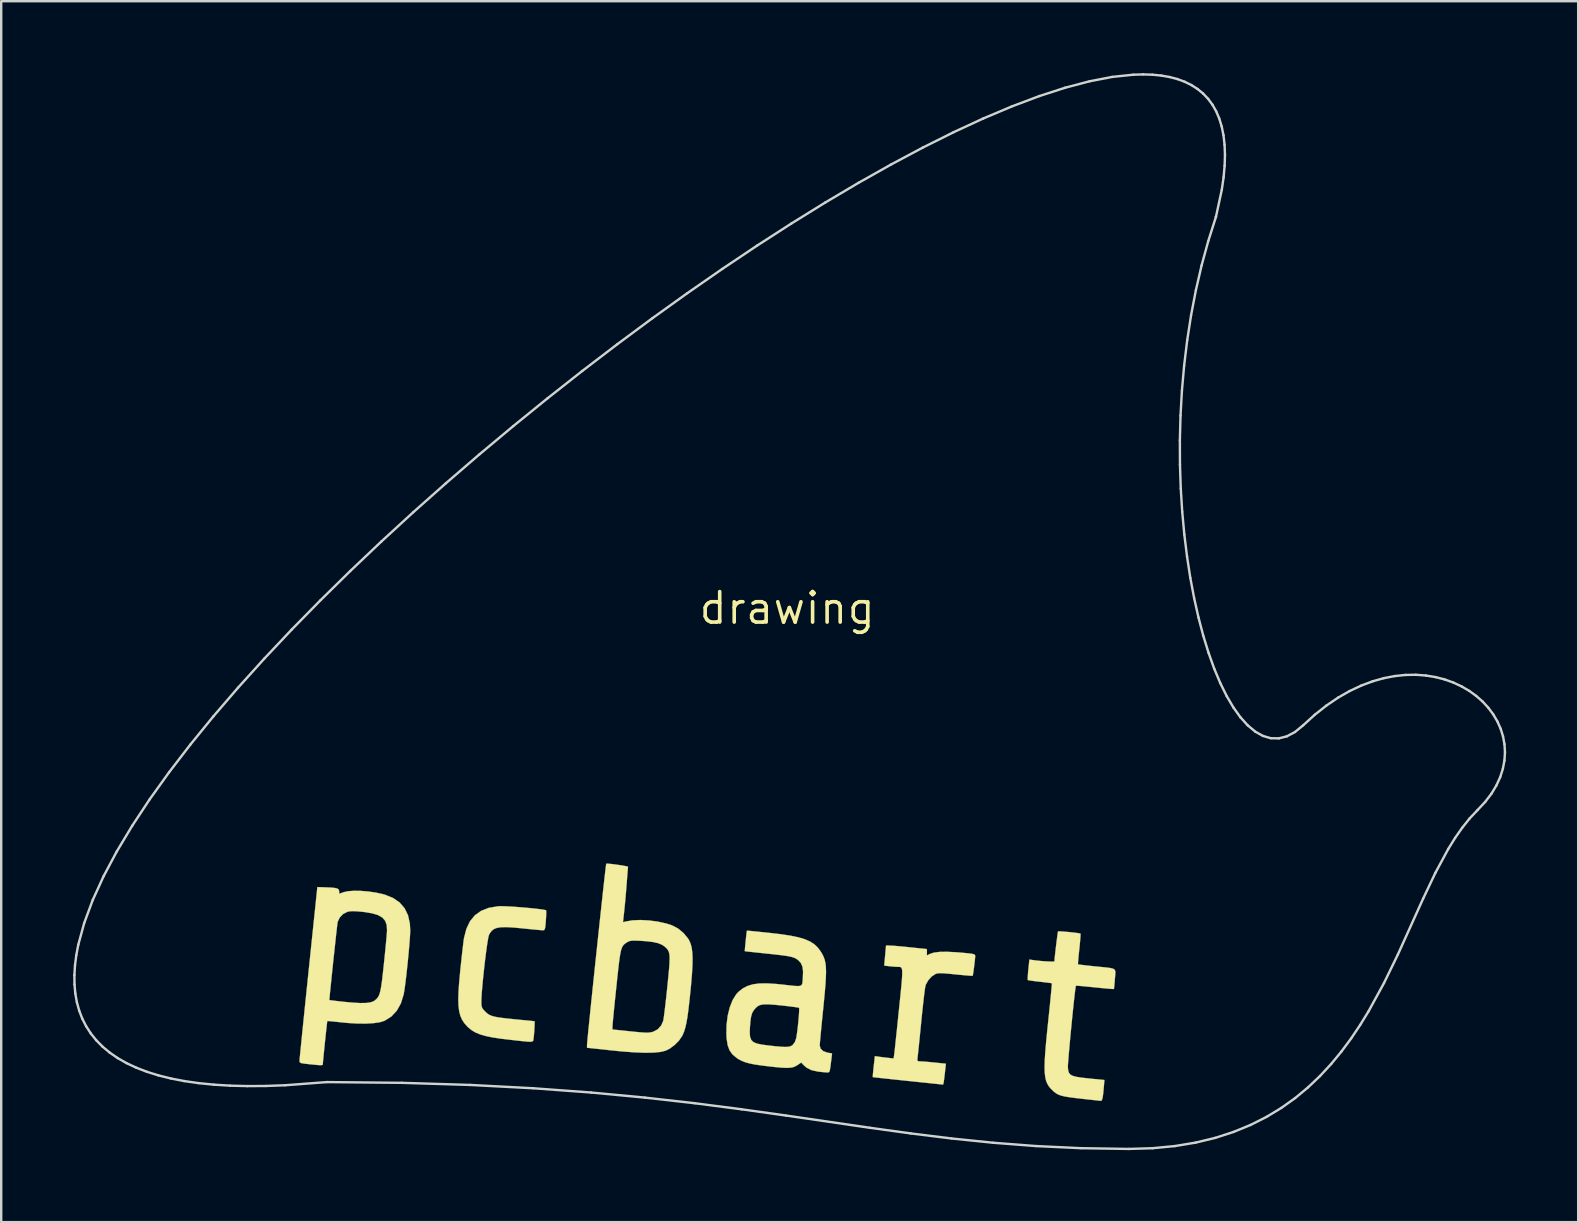
<source format=kicad_pcb>
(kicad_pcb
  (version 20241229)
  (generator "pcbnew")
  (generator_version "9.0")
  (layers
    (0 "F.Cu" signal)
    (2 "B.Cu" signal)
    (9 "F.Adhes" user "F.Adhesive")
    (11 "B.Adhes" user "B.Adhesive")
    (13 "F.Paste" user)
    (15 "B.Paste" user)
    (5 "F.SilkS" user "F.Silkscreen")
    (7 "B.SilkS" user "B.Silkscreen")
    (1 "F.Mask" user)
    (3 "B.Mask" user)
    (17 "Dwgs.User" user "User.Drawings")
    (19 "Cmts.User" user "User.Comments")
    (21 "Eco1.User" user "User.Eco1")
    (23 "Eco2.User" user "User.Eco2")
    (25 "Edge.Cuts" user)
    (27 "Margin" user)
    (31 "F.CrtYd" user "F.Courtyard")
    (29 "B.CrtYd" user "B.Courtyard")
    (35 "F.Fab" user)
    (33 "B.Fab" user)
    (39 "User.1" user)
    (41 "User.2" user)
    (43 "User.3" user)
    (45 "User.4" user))
  (footprint "drawing"
    (layer "F.Cu")
    (at 29.747 22.288)
    (property "Reference" "drawing" (at 0 0 0) (layer "F.SilkS") (effects (font (size 1.27 1.27) (thickness 0.15))))
    (attr through_hole)
    (fp_poly (pts (xy -11.704 12.422) (xy -11.485 12.434) (xy -11.241 12.451) (xy -10.986 12.472) (xy -10.734 12.494) (xy -10.501 12.518) (xy -10.301 12.541) (xy -10.15 12.563) (xy -10.061 12.582) (xy -10.045 12.589) (xy -10.039 12.638) (xy -10.04 12.751) (xy -10.048 12.909) (xy -10.055 13.015) (xy -10.07 13.202) (xy -10.086 13.321) (xy -10.106 13.386) (xy -10.135 13.414) (xy -10.176 13.42) (xy -10.246 13.415) (xy -10.384 13.404) (xy -10.577 13.386) (xy -10.809 13.363) (xy -11.053 13.338) (xy -11.411 13.305) (xy -11.696 13.289) (xy -11.918 13.293) (xy -12.088 13.319) (xy -12.217 13.368) (xy -12.313 13.444) (xy -12.389 13.547) (xy -12.425 13.616) (xy -12.447 13.696) (xy -12.475 13.848) (xy -12.508 14.058) (xy -12.543 14.313) (xy -12.58 14.6) (xy -12.616 14.906) (xy -12.65 15.218) (xy -12.681 15.522) (xy -12.707 15.807) (xy -12.727 16.057) (xy -12.739 16.262) (xy -12.742 16.377) (xy -12.739 16.529) (xy -12.72 16.628) (xy -12.675 16.708) (xy -12.59 16.8) (xy -12.582 16.807) (xy -12.507 16.877) (xy -12.428 16.933) (xy -12.335 16.977) (xy -12.215 17.014) (xy -12.056 17.045) (xy -11.846 17.075) (xy -11.574 17.106) (xy -11.303 17.133) (xy -10.52 17.211) (xy -10.529 17.464) (xy -10.539 17.64) (xy -10.554 17.814) (xy -10.564 17.896) (xy -10.571 17.96) (xy -10.578 18.007) (xy -10.597 18.039) (xy -10.639 18.058) (xy -10.713 18.064) (xy -10.83 18.059) (xy -11.002 18.042) (xy -11.239 18.017) (xy -11.493 17.988) (xy -11.917 17.938) (xy -12.266 17.886) (xy -12.552 17.828) (xy -12.785 17.762) (xy -12.976 17.684) (xy -13.136 17.591) (xy -13.276 17.479) (xy -13.343 17.413) (xy -13.458 17.281) (xy -13.549 17.14) (xy -13.618 16.981) (xy -13.666 16.796) (xy -13.694 16.575) (xy -13.703 16.309) (xy -13.694 15.989) (xy -13.668 15.606) (xy -13.626 15.151) (xy -13.614 15.028) (xy -13.581 14.722) (xy -13.55 14.433) (xy -13.52 14.174) (xy -13.495 13.96) (xy -13.475 13.806) (xy -13.464 13.737) (xy -13.365 13.357) (xy -13.215 13.043) (xy -13.011 12.795) (xy -12.751 12.61) (xy -12.434 12.486) (xy -12.057 12.422) (xy -12.003 12.418) (xy -11.881 12.417) (xy -11.704 12.422)) (stroke (width 0.01) (type solid)) (fill yes) (layer "F.SilkS"))
    (fp_poly (pts (xy 4.292 14.058) (xy 4.395 14.063) (xy 4.562 14.076) (xy 4.774 14.096) (xy 5.013 14.119) (xy 5.144 14.133) (xy 5.821 14.205) (xy 5.821 14.469) (xy 5.946 14.405) (xy 6.109 14.351) (xy 6.345 14.321) (xy 6.656 14.316) (xy 7.045 14.336) (xy 7.224 14.35) (xy 7.462 14.372) (xy 7.628 14.39) (xy 7.735 14.408) (xy 7.796 14.427) (xy 7.824 14.452) (xy 7.832 14.486) (xy 7.832 14.495) (xy 7.827 14.581) (xy 7.814 14.715) (xy 7.795 14.874) (xy 7.774 15.037) (xy 7.754 15.18) (xy 7.737 15.28) (xy 7.727 15.316) (xy 7.683 15.317) (xy 7.568 15.309) (xy 7.397 15.295) (xy 7.185 15.275) (xy 7.014 15.258) (xy 6.742 15.231) (xy 6.541 15.214) (xy 6.396 15.208) (xy 6.293 15.212) (xy 6.219 15.226) (xy 6.184 15.239) (xy 6.026 15.34) (xy 5.883 15.496) (xy 5.781 15.674) (xy 5.76 15.737) (xy 5.745 15.818) (xy 5.723 15.972) (xy 5.697 16.186) (xy 5.667 16.45) (xy 5.634 16.75) (xy 5.6 17.076) (xy 5.587 17.209) (xy 5.554 17.542) (xy 5.523 17.856) (xy 5.494 18.138) (xy 5.469 18.377) (xy 5.45 18.561) (xy 5.437 18.677) (xy 5.434 18.701) (xy 5.422 18.813) (xy 5.435 18.865) (xy 5.486 18.88) (xy 5.528 18.881) (xy 5.617 18.885) (xy 5.769 18.896) (xy 5.959 18.913) (xy 6.129 18.93) (xy 6.612 18.979) (xy 6.586 19.215) (xy 6.558 19.465) (xy 6.536 19.641) (xy 6.519 19.756) (xy 6.505 19.821) (xy 6.491 19.847) (xy 6.484 19.849) (xy 6.436 19.843) (xy 6.315 19.83) (xy 6.129 19.811) (xy 5.888 19.785) (xy 5.603 19.756) (xy 5.283 19.722) (xy 5.016 19.695) (xy 4.677 19.659) (xy 4.366 19.626) (xy 4.092 19.597) (xy 3.865 19.573) (xy 3.696 19.554) (xy 3.593 19.541) (xy 3.566 19.537) (xy 3.566 19.494) (xy 3.574 19.385) (xy 3.59 19.229) (xy 3.604 19.096) (xy 3.653 18.664) (xy 3.806 18.686) (xy 3.938 18.704) (xy 4.105 18.725) (xy 4.196 18.735) (xy 4.434 18.762) (xy 4.46 18.578) (xy 4.47 18.496) (xy 4.488 18.34) (xy 4.511 18.12) (xy 4.54 17.846) (xy 4.574 17.529) (xy 4.61 17.18) (xy 4.648 16.807) (xy 4.659 16.705) (xy 4.703 16.274) (xy 4.739 15.919) (xy 4.766 15.634) (xy 4.784 15.411) (xy 4.792 15.242) (xy 4.792 15.119) (xy 4.781 15.036) (xy 4.76 14.984) (xy 4.729 14.957) (xy 4.687 14.946) (xy 4.634 14.944) (xy 4.593 14.944) (xy 4.473 14.938) (xy 4.319 14.925) (xy 4.254 14.917) (xy 4.043 14.892) (xy 4.08 14.473) (xy 4.118 14.055) (xy 4.292 14.058)) (stroke (width 0.01) (type solid)) (fill yes) (layer "F.SilkS"))
    (fp_poly (pts (xy 11.44 13.469) (xy 11.591 13.481) (xy 11.762 13.496) (xy 11.931 13.515) (xy 12.079 13.533) (xy 12.182 13.549) (xy 12.219 13.56) (xy 12.222 13.606) (xy 12.215 13.722) (xy 12.201 13.891) (xy 12.181 14.099) (xy 12.17 14.202) (xy 12.147 14.422) (xy 12.129 14.609) (xy 12.118 14.75) (xy 12.115 14.828) (xy 12.116 14.839) (xy 12.161 14.848) (xy 12.275 14.863) (xy 12.445 14.883) (xy 12.656 14.906) (xy 12.807 14.922) (xy 13.101 14.951) (xy 13.322 14.973) (xy 13.479 14.995) (xy 13.583 15.023) (xy 13.643 15.063) (xy 13.67 15.122) (xy 13.674 15.205) (xy 13.664 15.319) (xy 13.653 15.443) (xy 13.639 15.62) (xy 13.625 15.761) (xy 13.615 15.849) (xy 13.61 15.867) (xy 13.566 15.867) (xy 13.451 15.859) (xy 13.279 15.844) (xy 13.063 15.824) (xy 12.821 15.799) (xy 12.574 15.774) (xy 12.358 15.753) (xy 12.186 15.738) (xy 12.072 15.73) (xy 12.028 15.731) (xy 12.018 15.777) (xy 12.001 15.897) (xy 11.979 16.079) (xy 11.952 16.312) (xy 11.923 16.586) (xy 11.891 16.889) (xy 11.859 17.211) (xy 11.827 17.54) (xy 11.795 17.866) (xy 11.767 18.178) (xy 11.741 18.464) (xy 11.72 18.713) (xy 11.704 18.915) (xy 11.695 19.059) (xy 11.694 19.13) (xy 11.706 19.258) (xy 11.736 19.356) (xy 11.794 19.429) (xy 11.892 19.483) (xy 12.04 19.524) (xy 12.249 19.558) (xy 12.53 19.59) (xy 12.576 19.595) (xy 13.216 19.659) (xy 13.189 19.979) (xy 13.167 20.214) (xy 13.145 20.376) (xy 13.12 20.474) (xy 13.092 20.52) (xy 13.067 20.527) (xy 13.01 20.521) (xy 12.884 20.507) (xy 12.704 20.487) (xy 12.485 20.463) (xy 12.306 20.443) (xy 11.985 20.406) (xy 11.736 20.373) (xy 11.546 20.34) (xy 11.401 20.304) (xy 11.29 20.262) (xy 11.198 20.21) (xy 11.114 20.145) (xy 11.086 20.12) (xy 10.986 20.023) (xy 10.903 19.924) (xy 10.837 19.815) (xy 10.786 19.689) (xy 10.751 19.537) (xy 10.73 19.353) (xy 10.723 19.13) (xy 10.73 18.858) (xy 10.75 18.532) (xy 10.782 18.143) (xy 10.826 17.684) (xy 10.873 17.23) (xy 10.91 16.873) (xy 10.944 16.543) (xy 10.973 16.25) (xy 10.997 16.003) (xy 11.015 15.812) (xy 11.026 15.684) (xy 11.029 15.631) (xy 11.028 15.629) (xy 10.984 15.62) (xy 10.873 15.605) (xy 10.711 15.585) (xy 10.527 15.564) (xy 10.333 15.542) (xy 10.172 15.521) (xy 10.063 15.503) (xy 10.021 15.492) (xy 10.018 15.445) (xy 10.024 15.332) (xy 10.036 15.173) (xy 10.047 15.056) (xy 10.09 14.639) (xy 10.241 14.662) (xy 10.397 14.682) (xy 10.575 14.7) (xy 10.756 14.714) (xy 10.92 14.722) (xy 11.049 14.725) (xy 11.123 14.72) (xy 11.134 14.715) (xy 11.138 14.644) (xy 11.151 14.514) (xy 11.17 14.343) (xy 11.192 14.149) (xy 11.216 13.95) (xy 11.24 13.764) (xy 11.26 13.61) (xy 11.276 13.505) (xy 11.284 13.467) (xy 11.331 13.464) (xy 11.44 13.469)) (stroke (width 0.01) (type solid)) (fill yes) (layer "F.SilkS"))
    (fp_poly (pts (xy -7.357 10.655) (xy -7.203 10.673) (xy -7.035 10.696) (xy -6.873 10.721) (xy -6.739 10.745) (xy -6.652 10.764) (xy -6.631 10.775) (xy -6.637 10.83) (xy -6.647 10.953) (xy -6.661 11.13) (xy -6.678 11.344) (xy -6.687 11.472) (xy -6.71 11.751) (xy -6.735 12.048) (xy -6.761 12.332) (xy -6.785 12.569) (xy -6.789 12.607) (xy -6.841 13.086) (xy -6.733 13.056) (xy -6.452 13.007) (xy -6.119 12.992) (xy -5.755 13.011) (xy -5.385 13.06) (xy -5.033 13.139) (xy -4.799 13.214) (xy -4.548 13.346) (xy -4.316 13.538) (xy -4.129 13.766) (xy -4.075 13.859) (xy -4.019 13.993) (xy -3.978 14.155) (xy -3.953 14.353) (xy -3.943 14.594) (xy -3.948 14.888) (xy -3.968 15.242) (xy -4.003 15.665) (xy -4.04 16.044) (xy -4.084 16.454) (xy -4.124 16.79) (xy -4.162 17.063) (xy -4.201 17.284) (xy -4.242 17.464) (xy -4.287 17.614) (xy -4.338 17.744) (xy -4.372 17.815) (xy -4.503 18.01) (xy -4.687 18.197) (xy -4.896 18.352) (xy -5.07 18.438) (xy -5.28 18.489) (xy -5.566 18.517) (xy -5.93 18.523) (xy -6.372 18.506) (xy -6.893 18.467) (xy -7.313 18.425) (xy -8.34 18.315) (xy -8.34 18.205) (xy -8.335 18.138) (xy -8.323 17.997) (xy -8.303 17.789) (xy -8.28 17.553) (xy -7.281 17.553) (xy -6.657 17.618) (xy -6.362 17.649) (xy -6.138 17.67) (xy -5.971 17.682) (xy -5.848 17.686) (xy -5.754 17.682) (xy -5.676 17.671) (xy -5.601 17.652) (xy -5.58 17.646) (xy -5.394 17.548) (xy -5.249 17.385) (xy -5.166 17.196) (xy -5.151 17.115) (xy -5.129 16.961) (xy -5.102 16.747) (xy -5.071 16.486) (xy -5.037 16.188) (xy -5.003 15.866) (xy -4.994 15.775) (xy -4.955 15.387) (xy -4.925 15.073) (xy -4.906 14.824) (xy -4.898 14.631) (xy -4.901 14.483) (xy -4.917 14.371) (xy -4.945 14.286) (xy -4.987 14.217) (xy -5.042 14.156) (xy -5.1 14.103) (xy -5.224 14.019) (xy -5.385 13.955) (xy -5.596 13.908) (xy -5.869 13.875) (xy -6.117 13.859) (xy -6.318 13.85) (xy -6.455 13.851) (xy -6.55 13.865) (xy -6.624 13.893) (xy -6.676 13.922) (xy -6.743 13.967) (xy -6.798 14.012) (xy -6.845 14.067) (xy -6.884 14.14) (xy -6.918 14.239) (xy -6.949 14.374) (xy -6.979 14.553) (xy -7.01 14.783) (xy -7.044 15.075) (xy -7.083 15.435) (xy -7.117 15.762) (xy -7.154 16.118) (xy -7.189 16.452) (xy -7.219 16.754) (xy -7.244 17.012) (xy -7.263 17.217) (xy -7.276 17.358) (xy -7.28 17.423) (xy -7.281 17.553) (xy -8.28 17.553) (xy -8.276 17.52) (xy -8.244 17.199) (xy -8.207 16.832) (xy -8.165 16.426) (xy -8.12 15.99) (xy -8.072 15.529) (xy -8.022 15.052) (xy -7.97 14.566) (xy -7.918 14.077) (xy -7.867 13.594) (xy -7.817 13.123) (xy -7.768 12.672) (xy -7.722 12.248) (xy -7.68 11.858) (xy -7.641 11.51) (xy -7.608 11.211) (xy -7.58 10.967) (xy -7.559 10.787) (xy -7.545 10.678) (xy -7.539 10.646) (xy -7.476 10.645) (xy -7.357 10.655)) (stroke (width 0.01) (type solid)) (fill yes) (layer "F.SilkS"))
    (fp_poly (pts (xy -19.259 11.63) (xy -19.021 11.64) (xy -18.856 11.656) (xy -18.75 11.679) (xy -18.693 11.715) (xy -18.671 11.766) (xy -18.669 11.792) (xy -18.665 11.87) (xy -18.658 11.895) (xy -18.616 11.882) (xy -18.522 11.849) (xy -18.479 11.833) (xy -18.296 11.793) (xy -18.052 11.775) (xy -17.767 11.779) (xy -17.46 11.804) (xy -17.152 11.848) (xy -16.863 11.91) (xy -16.763 11.937) (xy -16.422 12.074) (xy -16.148 12.262) (xy -15.941 12.502) (xy -15.798 12.795) (xy -15.721 13.143) (xy -15.706 13.418) (xy -15.711 13.576) (xy -15.725 13.8) (xy -15.747 14.074) (xy -15.774 14.382) (xy -15.806 14.707) (xy -15.84 15.035) (xy -15.875 15.349) (xy -15.91 15.633) (xy -15.942 15.87) (xy -15.97 16.046) (xy -15.98 16.096) (xy -16.094 16.464) (xy -16.264 16.769) (xy -16.489 17.01) (xy -16.768 17.186) (xy -16.785 17.194) (xy -16.971 17.252) (xy -17.228 17.289) (xy -17.543 17.308) (xy -17.904 17.306) (xy -18.299 17.283) (xy -18.583 17.255) (xy -18.791 17.233) (xy -18.967 17.215) (xy -19.094 17.203) (xy -19.157 17.199) (xy -19.16 17.2) (xy -19.167 17.243) (xy -19.181 17.355) (xy -19.199 17.521) (xy -19.222 17.726) (xy -19.246 17.954) (xy -19.271 18.192) (xy -19.294 18.423) (xy -19.315 18.633) (xy -19.332 18.806) (xy -19.343 18.928) (xy -19.346 18.981) (xy -19.348 19.011) (xy -19.363 19.031) (xy -19.404 19.04) (xy -19.483 19.039) (xy -19.614 19.029) (xy -19.811 19.009) (xy -19.928 18.997) (xy -20.111 18.977) (xy -20.226 18.959) (xy -20.288 18.938) (xy -20.313 18.906) (xy -20.318 18.857) (xy -20.317 18.845) (xy -20.313 18.786) (xy -20.3 18.65) (xy -20.279 18.442) (xy -20.252 18.17) (xy -20.219 17.838) (xy -20.18 17.455) (xy -20.136 17.025) (xy -20.088 16.557) (xy -20.064 16.327) (xy -19.075 16.327) (xy -19.034 16.334) (xy -18.924 16.348) (xy -18.761 16.368) (xy -18.559 16.391) (xy -18.499 16.398) (xy -18.109 16.435) (xy -17.795 16.452) (xy -17.549 16.449) (xy -17.365 16.425) (xy -17.236 16.379) (xy -17.2 16.357) (xy -17.128 16.299) (xy -17.07 16.238) (xy -17.021 16.163) (xy -16.981 16.064) (xy -16.946 15.931) (xy -16.914 15.755) (xy -16.881 15.525) (xy -16.847 15.232) (xy -16.807 14.865) (xy -16.803 14.829) (xy -16.77 14.509) (xy -16.74 14.204) (xy -16.713 13.929) (xy -16.692 13.696) (xy -16.678 13.521) (xy -16.672 13.415) (xy -16.672 13.415) (xy -16.686 13.2) (xy -16.748 13.027) (xy -16.865 12.892) (xy -17.043 12.789) (xy -17.289 12.714) (xy -17.61 12.661) (xy -17.684 12.652) (xy -17.923 12.63) (xy -18.097 12.623) (xy -18.227 12.63) (xy -18.327 12.652) (xy -18.503 12.743) (xy -18.644 12.89) (xy -18.727 13.066) (xy -18.733 13.093) (xy -18.742 13.159) (xy -18.758 13.295) (xy -18.78 13.489) (xy -18.807 13.731) (xy -18.837 14.009) (xy -18.87 14.312) (xy -18.904 14.628) (xy -18.938 14.948) (xy -18.97 15.259) (xy -19 15.551) (xy -19.027 15.812) (xy -19.049 16.031) (xy -19.065 16.197) (xy -19.074 16.299) (xy -19.075 16.327) (xy -20.064 16.327) (xy -20.036 16.055) (xy -19.981 15.526) (xy -19.945 15.177) (xy -19.575 11.62) (xy -19.259 11.63)) (stroke (width 0.01) (type solid)) (fill yes) (layer "F.SilkS"))
    (fp_poly (pts (xy -1.636 13.439) (xy -1.522 13.449) (xy -1.347 13.466) (xy -1.124 13.489) (xy -0.863 13.516) (xy -0.701 13.533) (xy -0.235 13.588) (xy 0.155 13.648) (xy 0.477 13.716) (xy 0.741 13.796) (xy 0.955 13.89) (xy 1.129 14.002) (xy 1.27 14.135) (xy 1.376 14.274) (xy 1.452 14.396) (xy 1.513 14.514) (xy 1.559 14.639) (xy 1.592 14.78) (xy 1.611 14.945) (xy 1.618 15.144) (xy 1.611 15.386) (xy 1.593 15.681) (xy 1.563 16.037) (xy 1.522 16.465) (xy 1.502 16.669) (xy 1.467 17.015) (xy 1.435 17.337) (xy 1.407 17.625) (xy 1.384 17.869) (xy 1.367 18.058) (xy 1.357 18.181) (xy 1.355 18.225) (xy 1.394 18.356) (xy 1.505 18.457) (xy 1.677 18.518) (xy 1.692 18.521) (xy 1.869 18.551) (xy 1.843 18.769) (xy 1.814 18.999) (xy 1.793 19.159) (xy 1.774 19.26) (xy 1.753 19.316) (xy 1.724 19.34) (xy 1.684 19.343) (xy 1.636 19.341) (xy 1.516 19.332) (xy 1.358 19.316) (xy 1.27 19.305) (xy 1.005 19.245) (xy 0.798 19.138) (xy 0.684 19.037) (xy 0.585 18.931) (xy 0.442 19.028) (xy 0.347 19.084) (xy 0.248 19.124) (xy 0.13 19.146) (xy -0.021 19.153) (xy -0.216 19.145) (xy -0.471 19.122) (xy -0.724 19.095) (xy -1.073 19.052) (xy -1.352 19.011) (xy -1.573 18.967) (xy -1.752 18.917) (xy -1.901 18.857) (xy -2.035 18.785) (xy -2.1 18.743) (xy -2.275 18.598) (xy -2.399 18.427) (xy -2.479 18.214) (xy -2.522 17.943) (xy -2.532 17.783) (xy -2.531 17.675) (xy -1.561 17.675) (xy -1.548 17.854) (xy -1.501 17.984) (xy -1.411 18.076) (xy -1.268 18.138) (xy -1.06 18.183) (xy -0.779 18.22) (xy -0.481 18.253) (xy -0.254 18.273) (xy -0.086 18.281) (xy 0.036 18.276) (xy 0.124 18.257) (xy 0.191 18.226) (xy 0.223 18.204) (xy 0.318 18.081) (xy 0.375 17.918) (xy 0.397 17.793) (xy 0.421 17.623) (xy 0.444 17.425) (xy 0.466 17.218) (xy 0.483 17.019) (xy 0.495 16.847) (xy 0.5 16.72) (xy 0.496 16.655) (xy 0.493 16.651) (xy 0.445 16.638) (xy 0.327 16.62) (xy 0.154 16.597) (xy -0.06 16.571) (xy -0.236 16.552) (xy -0.539 16.522) (xy -0.772 16.506) (xy -0.947 16.505) (xy -1.078 16.521) (xy -1.178 16.555) (xy -1.26 16.609) (xy -1.323 16.668) (xy -1.406 16.77) (xy -1.465 16.881) (xy -1.505 17.023) (xy -1.533 17.214) (xy -1.551 17.436) (xy -1.561 17.675) (xy -2.531 17.675) (xy -2.527 17.373) (xy -2.48 16.985) (xy -2.394 16.633) (xy -2.274 16.328) (xy -2.122 16.085) (xy -2.021 15.976) (xy -1.845 15.84) (xy -1.651 15.739) (xy -1.428 15.672) (xy -1.164 15.637) (xy -0.849 15.632) (xy -0.47 15.655) (xy -0.217 15.68) (xy 0.07 15.713) (xy 0.283 15.736) (xy 0.434 15.745) (xy 0.534 15.737) (xy 0.594 15.708) (xy 0.625 15.654) (xy 0.64 15.572) (xy 0.647 15.458) (xy 0.652 15.391) (xy 0.661 15.134) (xy 0.636 14.939) (xy 0.572 14.79) (xy 0.465 14.671) (xy 0.445 14.655) (xy 0.378 14.608) (xy 0.302 14.569) (xy 0.205 14.536) (xy 0.077 14.506) (xy -0.095 14.478) (xy -0.32 14.449) (xy -0.61 14.416) (xy -0.864 14.39) (xy -1.128 14.362) (xy -1.363 14.337) (xy -1.554 14.316) (xy -1.691 14.301) (xy -1.76 14.292) (xy -1.766 14.291) (xy -1.765 14.249) (xy -1.757 14.146) (xy -1.743 14.002) (xy -1.727 13.839) (xy -1.71 13.68) (xy -1.695 13.545) (xy -1.683 13.458) (xy -1.678 13.436) (xy -1.636 13.439)) (stroke (width 0.01) (type solid)) (fill yes) (layer "F.SilkS"))
    (fp_line (start -29.697 15.283) (end -29.672 14.876) (stroke (width 0.1) (type solid)) (layer "Edge.Cuts"))
    (fp_line (start -29.693 15.677) (end -29.697 15.283) (stroke (width 0.1) (type solid)) (layer "Edge.Cuts"))
    (fp_line (start -29.672 14.876) (end -29.618 14.455) (stroke (width 0.1) (type solid)) (layer "Edge.Cuts"))
    (fp_line (start -29.659 16.056) (end -29.693 15.677) (stroke (width 0.1) (type solid)) (layer "Edge.Cuts"))
    (fp_line (start -29.618 14.455) (end -29.535 14.021) (stroke (width 0.1) (type solid)) (layer "Edge.Cuts"))
    (fp_line (start -29.594 16.42) (end -29.659 16.056) (stroke (width 0.1) (type solid)) (layer "Edge.Cuts"))
    (fp_line (start -29.535 14.021) (end -29.288 13.116) (stroke (width 0.1) (type solid)) (layer "Edge.Cuts"))
    (fp_line (start -29.497 16.769) (end -29.594 16.42) (stroke (width 0.1) (type solid)) (layer "Edge.Cuts"))
    (fp_line (start -29.369 17.102) (end -29.497 16.769) (stroke (width 0.1) (type solid)) (layer "Edge.Cuts"))
    (fp_line (start -29.288 13.116) (end -28.935 12.164) (stroke (width 0.1) (type solid)) (layer "Edge.Cuts"))
    (fp_line (start -29.208 17.419) (end -29.369 17.102) (stroke (width 0.1) (type solid)) (layer "Edge.Cuts"))
    (fp_line (start -29.014 17.719) (end -29.208 17.419) (stroke (width 0.1) (type solid)) (layer "Edge.Cuts"))
    (fp_line (start -28.935 12.164) (end -28.481 11.169) (stroke (width 0.1) (type solid)) (layer "Edge.Cuts"))
    (fp_line (start -28.787 18.002) (end -29.014 17.719) (stroke (width 0.1) (type solid)) (layer "Edge.Cuts"))
    (fp_line (start -28.525 18.268) (end -28.787 18.002) (stroke (width 0.1) (type solid)) (layer "Edge.Cuts"))
    (fp_line (start -28.481 11.169) (end -27.931 10.135) (stroke (width 0.1) (type solid)) (layer "Edge.Cuts"))
    (fp_line (start -28.228 18.515) (end -28.525 18.268) (stroke (width 0.1) (type solid)) (layer "Edge.Cuts"))
    (fp_line (start -27.931 10.135) (end -27.289 9.066) (stroke (width 0.1) (type solid)) (layer "Edge.Cuts"))
    (fp_line (start -27.896 18.744) (end -28.228 18.515) (stroke (width 0.1) (type solid)) (layer "Edge.Cuts"))
    (fp_line (start -27.528 18.954) (end -27.896 18.744) (stroke (width 0.1) (type solid)) (layer "Edge.Cuts"))
    (fp_line (start -27.289 9.066) (end -26.561 7.964) (stroke (width 0.1) (type solid)) (layer "Edge.Cuts"))
    (fp_line (start -27.123 19.144) (end -27.528 18.954) (stroke (width 0.1) (type solid)) (layer "Edge.Cuts"))
    (fp_line (start -26.68 19.315) (end -27.123 19.144) (stroke (width 0.1) (type solid)) (layer "Edge.Cuts"))
    (fp_line (start -26.561 7.964) (end -25.751 6.835) (stroke (width 0.1) (type solid)) (layer "Edge.Cuts"))
    (fp_line (start -26.2 19.465) (end -26.68 19.315) (stroke (width 0.1) (type solid)) (layer "Edge.Cuts"))
    (fp_line (start -25.751 6.835) (end -24.864 5.681) (stroke (width 0.1) (type solid)) (layer "Edge.Cuts"))
    (fp_line (start -25.681 19.594) (end -26.2 19.465) (stroke (width 0.1) (type solid)) (layer "Edge.Cuts"))
    (fp_line (start -25.123 19.702) (end -25.681 19.594) (stroke (width 0.1) (type solid)) (layer "Edge.Cuts"))
    (fp_line (start -24.864 5.681) (end -23.906 4.506) (stroke (width 0.1) (type solid)) (layer "Edge.Cuts"))
    (fp_line (start -24.525 19.788) (end -25.123 19.702) (stroke (width 0.1) (type solid)) (layer "Edge.Cuts"))
    (fp_line (start -23.906 4.506) (end -22.88 3.314) (stroke (width 0.1) (type solid)) (layer "Edge.Cuts"))
    (fp_line (start -23.887 19.852) (end -24.525 19.788) (stroke (width 0.1) (type solid)) (layer "Edge.Cuts"))
    (fp_line (start -23.208 19.894) (end -23.887 19.852) (stroke (width 0.1) (type solid)) (layer "Edge.Cuts"))
    (fp_line (start -22.88 3.314) (end -21.791 2.108) (stroke (width 0.1) (type solid)) (layer "Edge.Cuts"))
    (fp_line (start -22.487 19.912) (end -23.208 19.894) (stroke (width 0.1) (type solid)) (layer "Edge.Cuts"))
    (fp_line (start -21.791 2.108) (end -20.645 0.893) (stroke (width 0.1) (type solid)) (layer "Edge.Cuts"))
    (fp_line (start -21.724 19.907) (end -22.487 19.912) (stroke (width 0.1) (type solid)) (layer "Edge.Cuts"))
    (fp_line (start -20.919 19.877) (end -21.724 19.907) (stroke (width 0.1) (type solid)) (layer "Edge.Cuts"))
    (fp_line (start -20.645 0.893) (end -19.446 -0.329) (stroke (width 0.1) (type solid)) (layer "Edge.Cuts"))
    (fp_line (start -19.446 -0.329) (end -18.199 -1.553) (stroke (width 0.1) (type solid)) (layer "Edge.Cuts"))
    (fp_line (start -19.177 19.745) (end -20.919 19.877) (stroke (width 0.1) (type solid)) (layer "Edge.Cuts"))
    (fp_line (start -18.199 -1.553) (end -16.91 -2.776) (stroke (width 0.1) (type solid)) (layer "Edge.Cuts"))
    (fp_line (start -16.91 -2.776) (end -15.582 -3.995) (stroke (width 0.1) (type solid)) (layer "Edge.Cuts"))
    (fp_line (start -16.062 19.776) (end -19.177 19.745) (stroke (width 0.1) (type solid)) (layer "Edge.Cuts"))
    (fp_line (start -15.582 -3.995) (end -14.22 -5.204) (stroke (width 0.1) (type solid)) (layer "Edge.Cuts"))
    (fp_line (start -14.22 -5.204) (end -12.83 -6.402) (stroke (width 0.1) (type solid)) (layer "Edge.Cuts"))
    (fp_line (start -13.207 19.864) (end -16.062 19.776) (stroke (width 0.1) (type solid)) (layer "Edge.Cuts"))
    (fp_line (start -12.83 -6.402) (end -11.416 -7.583) (stroke (width 0.1) (type solid)) (layer "Edge.Cuts"))
    (fp_line (start -11.416 -7.583) (end -9.983 -8.745) (stroke (width 0.1) (type solid)) (layer "Edge.Cuts"))
    (fp_line (start -10.584 20.002) (end -13.207 19.864) (stroke (width 0.1) (type solid)) (layer "Edge.Cuts"))
    (fp_line (start -9.983 -8.745) (end -8.536 -9.884) (stroke (width 0.1) (type solid)) (layer "Edge.Cuts"))
    (fp_line (start -8.536 -9.884) (end -7.08 -10.996) (stroke (width 0.1) (type solid)) (layer "Edge.Cuts"))
    (fp_line (start -8.169 20.18) (end -10.584 20.002) (stroke (width 0.1) (type solid)) (layer "Edge.Cuts"))
    (fp_line (start -7.08 -10.996) (end -5.619 -12.078) (stroke (width 0.1) (type solid)) (layer "Edge.Cuts"))
    (fp_line (start -5.935 20.391) (end -8.169 20.18) (stroke (width 0.1) (type solid)) (layer "Edge.Cuts"))
    (fp_line (start -5.619 -12.078) (end -4.159 -13.125) (stroke (width 0.1) (type solid)) (layer "Edge.Cuts"))
    (fp_line (start -4.159 -13.125) (end -2.704 -14.134) (stroke (width 0.1) (type solid)) (layer "Edge.Cuts"))
    (fp_line (start -3.855 20.626) (end -5.935 20.391) (stroke (width 0.1) (type solid)) (layer "Edge.Cuts"))
    (fp_line (start -2.704 -14.134) (end -1.259 -15.102) (stroke (width 0.1) (type solid)) (layer "Edge.Cuts"))
    (fp_line (start -1.904 20.878) (end -3.855 20.626) (stroke (width 0.1) (type solid)) (layer "Edge.Cuts"))
    (fp_line (start -1.259 -15.102) (end 0.171 -16.024) (stroke (width 0.1) (type solid)) (layer "Edge.Cuts"))
    (fp_line (start -0.054 21.138) (end -1.904 20.878) (stroke (width 0.1) (type solid)) (layer "Edge.Cuts"))
    (fp_line (start 0.171 -16.024) (end 1.582 -16.898) (stroke (width 0.1) (type solid)) (layer "Edge.Cuts"))
    (fp_line (start 1.582 -16.898) (end 2.968 -17.719) (stroke (width 0.1) (type solid)) (layer "Edge.Cuts"))
    (fp_line (start 2.968 -17.719) (end 4.325 -18.483) (stroke (width 0.1) (type solid)) (layer "Edge.Cuts"))
    (fp_line (start 3.445 21.649) (end -0.054 21.138) (stroke (width 0.1) (type solid)) (layer "Edge.Cuts"))
    (fp_line (start 4.325 -18.483) (end 5.647 -19.188) (stroke (width 0.1) (type solid)) (layer "Edge.Cuts"))
    (fp_line (start 5.146 21.884) (end 3.445 21.649) (stroke (width 0.1) (type solid)) (layer "Edge.Cuts"))
    (fp_line (start 5.647 -19.188) (end 6.931 -19.829) (stroke (width 0.1) (type solid)) (layer "Edge.Cuts"))
    (fp_line (start 6.851 22.095) (end 5.146 21.884) (stroke (width 0.1) (type solid)) (layer "Edge.Cuts"))
    (fp_line (start 6.931 -19.829) (end 8.171 -20.403) (stroke (width 0.1) (type solid)) (layer "Edge.Cuts"))
    (fp_line (start 8.171 -20.403) (end 9.362 -20.905) (stroke (width 0.1) (type solid)) (layer "Edge.Cuts"))
    (fp_line (start 8.586 22.273) (end 6.851 22.095) (stroke (width 0.1) (type solid)) (layer "Edge.Cuts"))
    (fp_line (start 9.362 -20.905) (end 10.5 -21.334) (stroke (width 0.1) (type solid)) (layer "Edge.Cuts"))
    (fp_line (start 10.376 22.411) (end 8.586 22.273) (stroke (width 0.1) (type solid)) (layer "Edge.Cuts"))
    (fp_line (start 10.5 -21.334) (end 11.579 -21.683) (stroke (width 0.1) (type solid)) (layer "Edge.Cuts"))
    (fp_line (start 11.579 -21.683) (end 12.595 -21.951) (stroke (width 0.1) (type solid)) (layer "Edge.Cuts"))
    (fp_line (start 12.249 22.499) (end 10.376 22.411) (stroke (width 0.1) (type solid)) (layer "Edge.Cuts"))
    (fp_line (start 12.595 -21.951) (end 13.543 -22.134) (stroke (width 0.1) (type solid)) (layer "Edge.Cuts"))
    (fp_line (start 13.543 -22.134) (end 14.419 -22.226) (stroke (width 0.1) (type solid)) (layer "Edge.Cuts"))
    (fp_line (start 14.23 22.53) (end 12.249 22.499) (stroke (width 0.1) (type solid)) (layer "Edge.Cuts"))
    (fp_line (start 14.419 -22.226) (end 14.828 -22.238) (stroke (width 0.1) (type solid)) (layer "Edge.Cuts"))
    (fp_line (start 14.828 -22.238) (end 15.217 -22.226) (stroke (width 0.1) (type solid)) (layer "Edge.Cuts"))
    (fp_line (start 15.217 -22.226) (end 15.585 -22.19) (stroke (width 0.1) (type solid)) (layer "Edge.Cuts"))
    (fp_line (start 15.22 22.5) (end 14.23 22.53) (stroke (width 0.1) (type solid)) (layer "Edge.Cuts"))
    (fp_line (start 15.585 -22.19) (end 15.932 -22.129) (stroke (width 0.1) (type solid)) (layer "Edge.Cuts"))
    (fp_line (start 15.932 -22.129) (end 16.257 -22.044) (stroke (width 0.1) (type solid)) (layer "Edge.Cuts"))
    (fp_line (start 16.149 22.411) (end 15.22 22.5) (stroke (width 0.1) (type solid)) (layer "Edge.Cuts"))
    (fp_line (start 16.257 -22.044) (end 16.56 -21.932) (stroke (width 0.1) (type solid)) (layer "Edge.Cuts"))
    (fp_line (start 16.36 -6.999) (end 16.364 -5.985) (stroke (width 0.1) (type solid)) (layer "Edge.Cuts"))
    (fp_line (start 16.364 -5.985) (end 16.397 -4.989) (stroke (width 0.1) (type solid)) (layer "Edge.Cuts"))
    (fp_line (start 16.387 -8.027) (end 16.36 -6.999) (stroke (width 0.1) (type solid)) (layer "Edge.Cuts"))
    (fp_line (start 16.397 -4.989) (end 16.458 -4.015) (stroke (width 0.1) (type solid)) (layer "Edge.Cuts"))
    (fp_line (start 16.446 -9.066) (end 16.387 -8.027) (stroke (width 0.1) (type solid)) (layer "Edge.Cuts"))
    (fp_line (start 16.458 -4.015) (end 16.546 -3.066) (stroke (width 0.1) (type solid)) (layer "Edge.Cuts"))
    (fp_line (start 16.538 -10.111) (end 16.446 -9.066) (stroke (width 0.1) (type solid)) (layer "Edge.Cuts"))
    (fp_line (start 16.546 -3.066) (end 16.659 -2.148) (stroke (width 0.1) (type solid)) (layer "Edge.Cuts"))
    (fp_line (start 16.56 -21.932) (end 16.84 -21.795) (stroke (width 0.1) (type solid)) (layer "Edge.Cuts"))
    (fp_line (start 16.659 -2.148) (end 16.795 -1.263) (stroke (width 0.1) (type solid)) (layer "Edge.Cuts"))
    (fp_line (start 16.665 -11.159) (end 16.538 -10.111) (stroke (width 0.1) (type solid)) (layer "Edge.Cuts"))
    (fp_line (start 16.795 -1.263) (end 16.955 -0.415) (stroke (width 0.1) (type solid)) (layer "Edge.Cuts"))
    (fp_line (start 16.827 -12.206) (end 16.665 -11.159) (stroke (width 0.1) (type solid)) (layer "Edge.Cuts"))
    (fp_line (start 16.84 -21.795) (end 17.096 -21.631) (stroke (width 0.1) (type solid)) (layer "Edge.Cuts"))
    (fp_line (start 16.955 -0.415) (end 17.136 0.391) (stroke (width 0.1) (type solid)) (layer "Edge.Cuts"))
    (fp_line (start 17.02 22.266) (end 16.149 22.411) (stroke (width 0.1) (type solid)) (layer "Edge.Cuts"))
    (fp_line (start 17.027 -13.247) (end 16.827 -12.206) (stroke (width 0.1) (type solid)) (layer "Edge.Cuts"))
    (fp_line (start 17.096 -21.631) (end 17.328 -21.44) (stroke (width 0.1) (type solid)) (layer "Edge.Cuts"))
    (fp_line (start 17.136 0.391) (end 17.336 1.151) (stroke (width 0.1) (type solid)) (layer "Edge.Cuts"))
    (fp_line (start 17.265 -14.279) (end 17.027 -13.247) (stroke (width 0.1) (type solid)) (layer "Edge.Cuts"))
    (fp_line (start 17.328 -21.44) (end 17.535 -21.222) (stroke (width 0.1) (type solid)) (layer "Edge.Cuts"))
    (fp_line (start 17.336 1.151) (end 17.556 1.863) (stroke (width 0.1) (type solid)) (layer "Edge.Cuts"))
    (fp_line (start 17.535 -21.222) (end 17.717 -20.976) (stroke (width 0.1) (type solid)) (layer "Edge.Cuts"))
    (fp_line (start 17.544 -15.299) (end 17.265 -14.279) (stroke (width 0.1) (type solid)) (layer "Edge.Cuts"))
    (fp_line (start 17.556 1.863) (end 17.792 2.522) (stroke (width 0.1) (type solid)) (layer "Edge.Cuts"))
    (fp_line (start 17.717 -20.976) (end 17.872 -20.702) (stroke (width 0.1) (type solid)) (layer "Edge.Cuts"))
    (fp_line (start 17.792 2.522) (end 18.045 3.124) (stroke (width 0.1) (type solid)) (layer "Edge.Cuts"))
    (fp_line (start 17.835 22.069) (end 17.02 22.266) (stroke (width 0.1) (type solid)) (layer "Edge.Cuts"))
    (fp_line (start 17.863 -16.301) (end 17.544 -15.299) (stroke (width 0.1) (type solid)) (layer "Edge.Cuts"))
    (fp_line (start 17.863 -16.301) (end 17.863 -16.301) (stroke (width 0.1) (type solid)) (layer "Edge.Cuts"))
    (fp_line (start 17.863 -16.301) (end 17.863 -16.301) (stroke (width 0.1) (type solid)) (layer "Edge.Cuts"))
    (fp_line (start 17.872 -20.702) (end 18.001 -20.399) (stroke (width 0.1) (type solid)) (layer "Edge.Cuts"))
    (fp_line (start 18.001 -20.399) (end 18.103 -20.066) (stroke (width 0.1) (type solid)) (layer "Edge.Cuts"))
    (fp_line (start 18.045 3.124) (end 18.312 3.665) (stroke (width 0.1) (type solid)) (layer "Edge.Cuts"))
    (fp_line (start 18.103 -20.066) (end 18.177 -19.705) (stroke (width 0.1) (type solid)) (layer "Edge.Cuts"))
    (fp_line (start 18.107 -17.433) (end 17.863 -16.301) (stroke (width 0.1) (type solid)) (layer "Edge.Cuts"))
    (fp_line (start 18.177 -19.705) (end 18.222 -19.312) (stroke (width 0.1) (type solid)) (layer "Edge.Cuts"))
    (fp_line (start 18.182 -17.951) (end 18.107 -17.433) (stroke (width 0.1) (type solid)) (layer "Edge.Cuts"))
    (fp_line (start 18.222 -19.312) (end 18.239 -18.89) (stroke (width 0.1) (type solid)) (layer "Edge.Cuts"))
    (fp_line (start 18.225 -18.436) (end 18.182 -17.951) (stroke (width 0.1) (type solid)) (layer "Edge.Cuts"))
    (fp_line (start 18.239 -18.89) (end 18.225 -18.436) (stroke (width 0.1) (type solid)) (layer "Edge.Cuts"))
    (fp_line (start 18.312 3.665) (end 18.593 4.141) (stroke (width 0.1) (type solid)) (layer "Edge.Cuts"))
    (fp_line (start 18.593 4.141) (end 18.885 4.549) (stroke (width 0.1) (type solid)) (layer "Edge.Cuts"))
    (fp_line (start 18.596 21.822) (end 17.835 22.069) (stroke (width 0.1) (type solid)) (layer "Edge.Cuts"))
    (fp_line (start 18.885 4.549) (end 19.188 4.884) (stroke (width 0.1) (type solid)) (layer "Edge.Cuts"))
    (fp_line (start 19.188 4.884) (end 19.501 5.144) (stroke (width 0.1) (type solid)) (layer "Edge.Cuts"))
    (fp_line (start 19.307 21.53) (end 18.596 21.822) (stroke (width 0.1) (type solid)) (layer "Edge.Cuts"))
    (fp_line (start 19.501 5.144) (end 19.821 5.323) (stroke (width 0.1) (type solid)) (layer "Edge.Cuts"))
    (fp_line (start 19.821 5.323) (end 20.148 5.418) (stroke (width 0.1) (type solid)) (layer "Edge.Cuts"))
    (fp_line (start 19.971 21.195) (end 19.307 21.53) (stroke (width 0.1) (type solid)) (layer "Edge.Cuts"))
    (fp_line (start 20.148 5.418) (end 20.481 5.425) (stroke (width 0.1) (type solid)) (layer "Edge.Cuts"))
    (fp_line (start 20.481 5.425) (end 20.817 5.34) (stroke (width 0.1) (type solid)) (layer "Edge.Cuts"))
    (fp_line (start 20.588 20.821) (end 19.971 21.195) (stroke (width 0.1) (type solid)) (layer "Edge.Cuts"))
    (fp_line (start 20.817 5.34) (end 21.156 5.16) (stroke (width 0.1) (type solid)) (layer "Edge.Cuts"))
    (fp_line (start 21.156 5.16) (end 21.497 4.88) (stroke (width 0.1) (type solid)) (layer "Edge.Cuts"))
    (fp_line (start 21.164 20.41) (end 20.588 20.821) (stroke (width 0.1) (type solid)) (layer "Edge.Cuts"))
    (fp_line (start 21.497 4.88) (end 21.98 4.441) (stroke (width 0.1) (type solid)) (layer "Edge.Cuts"))
    (fp_line (start 21.699 19.966) (end 21.164 20.41) (stroke (width 0.1) (type solid)) (layer "Edge.Cuts"))
    (fp_line (start 21.98 4.441) (end 22.465 4.058) (stroke (width 0.1) (type solid)) (layer "Edge.Cuts"))
    (fp_line (start 22.197 19.493) (end 21.699 19.966) (stroke (width 0.1) (type solid)) (layer "Edge.Cuts"))
    (fp_line (start 22.465 4.058) (end 22.95 3.729) (stroke (width 0.1) (type solid)) (layer "Edge.Cuts"))
    (fp_line (start 22.661 18.993) (end 22.197 19.493) (stroke (width 0.1) (type solid)) (layer "Edge.Cuts"))
    (fp_line (start 22.95 3.729) (end 23.433 3.453) (stroke (width 0.1) (type solid)) (layer "Edge.Cuts"))
    (fp_line (start 23.092 18.47) (end 22.661 18.993) (stroke (width 0.1) (type solid)) (layer "Edge.Cuts"))
    (fp_line (start 23.433 3.453) (end 23.913 3.227) (stroke (width 0.1) (type solid)) (layer "Edge.Cuts"))
    (fp_line (start 23.495 17.927) (end 23.092 18.47) (stroke (width 0.1) (type solid)) (layer "Edge.Cuts"))
    (fp_line (start 23.87 17.367) (end 23.495 17.927) (stroke (width 0.1) (type solid)) (layer "Edge.Cuts"))
    (fp_line (start 23.913 3.227) (end 24.387 3.049) (stroke (width 0.1) (type solid)) (layer "Edge.Cuts"))
    (fp_line (start 24.222 16.794) (end 23.87 17.367) (stroke (width 0.1) (type solid)) (layer "Edge.Cuts"))
    (fp_line (start 24.387 3.049) (end 24.854 2.917) (stroke (width 0.1) (type solid)) (layer "Edge.Cuts"))
    (fp_line (start 24.854 2.917) (end 25.311 2.829) (stroke (width 0.1) (type solid)) (layer "Edge.Cuts"))
    (fp_line (start 24.864 15.619) (end 24.222 16.794) (stroke (width 0.1) (type solid)) (layer "Edge.Cuts"))
    (fp_line (start 25.311 2.829) (end 25.758 2.782) (stroke (width 0.1) (type solid)) (layer "Edge.Cuts"))
    (fp_line (start 25.443 14.429) (end 24.864 15.619) (stroke (width 0.1) (type solid)) (layer "Edge.Cuts"))
    (fp_line (start 25.758 2.782) (end 26.191 2.775) (stroke (width 0.1) (type solid)) (layer "Edge.Cuts"))
    (fp_line (start 26.191 2.775) (end 26.61 2.806) (stroke (width 0.1) (type solid)) (layer "Edge.Cuts"))
    (fp_line (start 26.493 12.106) (end 25.443 14.429) (stroke (width 0.1) (type solid)) (layer "Edge.Cuts"))
    (fp_line (start 26.61 2.806) (end 27.012 2.872) (stroke (width 0.1) (type solid)) (layer "Edge.Cuts"))
    (fp_line (start 27.007 11.024) (end 26.493 12.106) (stroke (width 0.1) (type solid)) (layer "Edge.Cuts"))
    (fp_line (start 27.012 2.872) (end 27.396 2.971) (stroke (width 0.1) (type solid)) (layer "Edge.Cuts"))
    (fp_line (start 27.396 2.971) (end 27.76 3.102) (stroke (width 0.1) (type solid)) (layer "Edge.Cuts"))
    (fp_line (start 27.543 10.03) (end 27.007 11.024) (stroke (width 0.1) (type solid)) (layer "Edge.Cuts"))
    (fp_line (start 27.76 3.102) (end 28.102 3.262) (stroke (width 0.1) (type solid)) (layer "Edge.Cuts"))
    (fp_line (start 27.826 9.574) (end 27.543 10.03) (stroke (width 0.1) (type solid)) (layer "Edge.Cuts"))
    (fp_line (start 28.102 3.262) (end 28.42 3.449) (stroke (width 0.1) (type solid)) (layer "Edge.Cuts"))
    (fp_line (start 28.122 9.15) (end 27.826 9.574) (stroke (width 0.1) (type solid)) (layer "Edge.Cuts"))
    (fp_line (start 28.42 3.449) (end 28.712 3.661) (stroke (width 0.1) (type solid)) (layer "Edge.Cuts"))
    (fp_line (start 28.433 8.761) (end 28.122 9.15) (stroke (width 0.1) (type solid)) (layer "Edge.Cuts"))
    (fp_line (start 28.712 3.661) (end 28.977 3.895) (stroke (width 0.1) (type solid)) (layer "Edge.Cuts"))
    (fp_line (start 28.764 8.41) (end 28.433 8.761) (stroke (width 0.1) (type solid)) (layer "Edge.Cuts"))
    (fp_line (start 28.977 3.895) (end 29.212 4.151) (stroke (width 0.1) (type solid)) (layer "Edge.Cuts"))
    (fp_line (start 29.077 8.075) (end 28.764 8.41) (stroke (width 0.1) (type solid)) (layer "Edge.Cuts"))
    (fp_line (start 29.212 4.151) (end 29.416 4.425) (stroke (width 0.1) (type solid)) (layer "Edge.Cuts"))
    (fp_line (start 29.338 7.734) (end 29.077 8.075) (stroke (width 0.1) (type solid)) (layer "Edge.Cuts"))
    (fp_line (start 29.416 4.425) (end 29.587 4.716) (stroke (width 0.1) (type solid)) (layer "Edge.Cuts"))
    (fp_line (start 29.546 7.388) (end 29.338 7.734) (stroke (width 0.1) (type solid)) (layer "Edge.Cuts"))
    (fp_line (start 29.587 4.716) (end 29.724 5.021) (stroke (width 0.1) (type solid)) (layer "Edge.Cuts"))
    (fp_line (start 29.706 7.04) (end 29.546 7.388) (stroke (width 0.1) (type solid)) (layer "Edge.Cuts"))
    (fp_line (start 29.724 5.021) (end 29.823 5.339) (stroke (width 0.1) (type solid)) (layer "Edge.Cuts"))
    (fp_line (start 29.817 6.692) (end 29.706 7.04) (stroke (width 0.1) (type solid)) (layer "Edge.Cuts"))
    (fp_line (start 29.823 5.339) (end 29.884 5.667) (stroke (width 0.1) (type solid)) (layer "Edge.Cuts"))
    (fp_line (start 29.883 6.345) (end 29.817 6.692) (stroke (width 0.1) (type solid)) (layer "Edge.Cuts"))
    (fp_line (start 29.884 5.667) (end 29.905 6.003) (stroke (width 0.1) (type solid)) (layer "Edge.Cuts"))
    (fp_line (start 29.905 6.003) (end 29.883 6.345) (stroke (width 0.1) (type solid)) (layer "Edge.Cuts")))
  (gr_rect
    (start -3 -3)
    (end 62.702 47.869)
    (stroke (width 0.1) (type default))
    (fill no)
    (layer "Edge.Cuts")))
</source>
